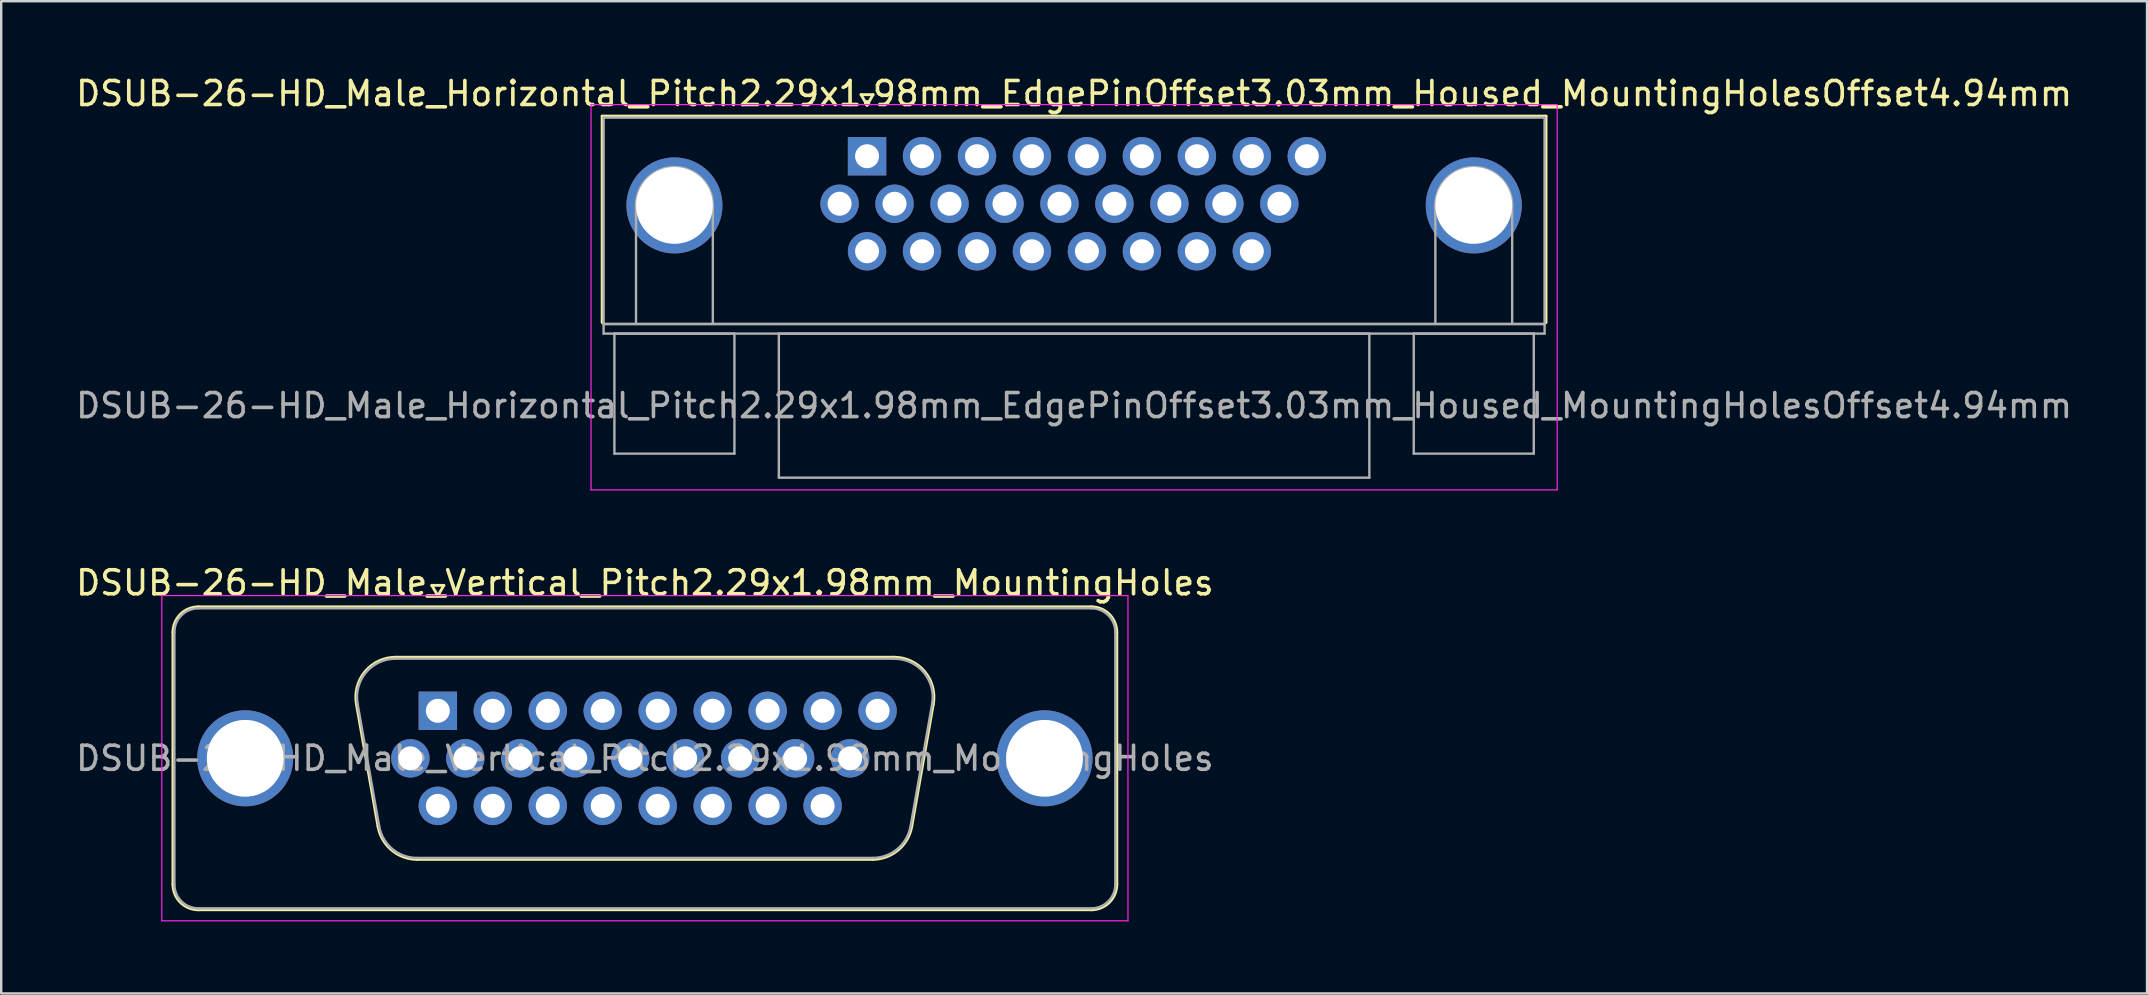
<source format=kicad_pcb>
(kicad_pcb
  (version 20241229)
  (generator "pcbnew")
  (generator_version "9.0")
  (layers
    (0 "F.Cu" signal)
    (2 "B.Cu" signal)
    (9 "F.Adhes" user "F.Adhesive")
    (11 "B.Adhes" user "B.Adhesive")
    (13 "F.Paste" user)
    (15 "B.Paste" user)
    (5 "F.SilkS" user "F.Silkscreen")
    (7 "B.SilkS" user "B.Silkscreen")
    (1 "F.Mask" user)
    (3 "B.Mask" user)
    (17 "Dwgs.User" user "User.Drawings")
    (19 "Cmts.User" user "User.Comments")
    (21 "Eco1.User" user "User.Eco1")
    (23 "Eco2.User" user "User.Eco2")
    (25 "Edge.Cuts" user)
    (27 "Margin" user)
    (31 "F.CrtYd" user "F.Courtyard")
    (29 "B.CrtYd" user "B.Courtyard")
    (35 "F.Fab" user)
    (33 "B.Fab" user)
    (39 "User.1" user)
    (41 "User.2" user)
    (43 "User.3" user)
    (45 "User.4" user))
  (footprint "DSUB-26-HD_Male_Vertical_Pitch2.29x1.98mm_MountingHoles"
    (layer "F.Cu")
    (at 15.19 26.561)
    (property "Reference" "DSUB-26-HD_Male_Vertical_Pitch2.29x1.98mm_MountingHoles" (at 8.625 -5.33 0) (layer "F.SilkS") (effects (font (size 1 1) (thickness 0.15))))
    (attr through_hole)
    (fp_line (start -11.035 7.23) (end -11.035 -3.27) (stroke (width 0.12) (type solid)) (layer "F.SilkS"))
    (fp_line (start -9.975 -4.33) (end 27.225 -4.33) (stroke (width 0.12) (type solid)) (layer "F.SilkS"))
    (fp_line (start -3.391 -0.282) (end -2.492 4.818) (stroke (width 0.12) (type solid)) (layer "F.SilkS"))
    (fp_line (start -1.757 -2.23) (end 19.007 -2.23) (stroke (width 0.12) (type solid)) (layer "F.SilkS"))
    (fp_line (start -0.857 6.19) (end 18.107 6.19) (stroke (width 0.12) (type solid)) (layer "F.SilkS"))
    (fp_line (start -0.25 -5.224) (end 0.25 -5.224) (stroke (width 0.12) (type solid)) (layer "F.SilkS"))
    (fp_line (start 0 -4.791) (end -0.25 -5.224) (stroke (width 0.12) (type solid)) (layer "F.SilkS"))
    (fp_line (start 0.25 -5.224) (end 0 -4.791) (stroke (width 0.12) (type solid)) (layer "F.SilkS"))
    (fp_line (start 20.641 -0.282) (end 19.742 4.818) (stroke (width 0.12) (type solid)) (layer "F.SilkS"))
    (fp_line (start 27.225 8.29) (end -9.975 8.29) (stroke (width 0.12) (type solid)) (layer "F.SilkS"))
    (fp_line (start 28.285 -3.27) (end 28.285 7.23) (stroke (width 0.12) (type solid)) (layer "F.SilkS"))
    (fp_arc (start -11.035 -3.27) (mid -10.724533 -4.019533) (end -9.975 -4.33) (stroke (width 0.12) (type solid)) (layer "F.SilkS"))
    (fp_arc (start -9.975 8.29) (mid -10.724533 7.979533) (end -11.035 7.23) (stroke (width 0.12) (type solid)) (layer "F.SilkS"))
    (fp_arc (start -3.39147 -0.281744) (mid -3.028323 -1.637028) (end -1.756689 -2.23) (stroke (width 0.12) (type solid)) (layer "F.SilkS"))
    (fp_arc (start -0.857421 6.19) (mid -1.924448 5.801634) (end -2.492202 4.818256) (stroke (width 0.12) (type solid)) (layer "F.SilkS"))
    (fp_arc (start 19.006689 -2.23) (mid 20.278323 -1.637027) (end 20.64147 -0.281744) (stroke (width 0.12) (type solid)) (layer "F.SilkS"))
    (fp_arc (start 19.742202 4.818256) (mid 19.174449 5.801634) (end 18.107421 6.19) (stroke (width 0.12) (type solid)) (layer "F.SilkS"))
    (fp_arc (start 27.225 -4.33) (mid 27.974533 -4.019533) (end 28.285 -3.27) (stroke (width 0.12) (type solid)) (layer "F.SilkS"))
    (fp_arc (start 28.285 7.23) (mid 27.974533 7.979533) (end 27.225 8.29) (stroke (width 0.12) (type solid)) (layer "F.SilkS"))
    (fp_line (start -11.5 -4.8) (end -11.5 8.75) (stroke (width 0.05) (type solid)) (layer "F.CrtYd"))
    (fp_line (start -11.5 8.75) (end 28.75 8.75) (stroke (width 0.05) (type solid)) (layer "F.CrtYd"))
    (fp_line (start 28.75 -4.8) (end -11.5 -4.8) (stroke (width 0.05) (type solid)) (layer "F.CrtYd"))
    (fp_line (start 28.75 8.75) (end 28.75 -4.8) (stroke (width 0.05) (type solid)) (layer "F.CrtYd"))
    (fp_line (start -10.975 7.23) (end -10.975 -3.27) (stroke (width 0.1) (type solid)) (layer "F.Fab"))
    (fp_line (start -9.975 -4.27) (end 27.225 -4.27) (stroke (width 0.1) (type solid)) (layer "F.Fab"))
    (fp_line (start -3.344 -0.292) (end -2.445 4.808) (stroke (width 0.1) (type solid)) (layer "F.Fab"))
    (fp_line (start -1.768 -2.17) (end 19.018 -2.17) (stroke (width 0.1) (type solid)) (layer "F.Fab"))
    (fp_line (start -0.869 6.13) (end 18.119 6.13) (stroke (width 0.1) (type solid)) (layer "F.Fab"))
    (fp_line (start 20.594 -0.292) (end 19.695 4.808) (stroke (width 0.1) (type solid)) (layer "F.Fab"))
    (fp_line (start 27.225 8.23) (end -9.975 8.23) (stroke (width 0.1) (type solid)) (layer "F.Fab"))
    (fp_line (start 28.225 -3.27) (end 28.225 7.23) (stroke (width 0.1) (type solid)) (layer "F.Fab"))
    (fp_arc (start -10.975 -3.27) (mid -10.682107 -3.977107) (end -9.975 -4.27) (stroke (width 0.1) (type solid)) (layer "F.Fab"))
    (fp_arc (start -9.975 8.23) (mid -10.682107 7.937107) (end -10.975 7.23) (stroke (width 0.1) (type solid)) (layer "F.Fab"))
    (fp_arc (start -3.343886 -0.292163) (mid -2.993865 -1.59846) (end -1.768194 -2.17) (stroke (width 0.1) (type solid)) (layer "F.Fab"))
    (fp_arc (start -0.868927 6.13) (mid -1.897387 5.755671) (end -2.444619 4.807837) (stroke (width 0.1) (type solid)) (layer "F.Fab"))
    (fp_arc (start 19.018194 -2.17) (mid 20.243865 -1.59846) (end 20.593886 -0.292163) (stroke (width 0.1) (type solid)) (layer "F.Fab"))
    (fp_arc (start 19.694619 4.807837) (mid 19.147387 5.755671) (end 18.118927 6.13) (stroke (width 0.1) (type solid)) (layer "F.Fab"))
    (fp_arc (start 27.225 -4.27) (mid 27.932107 -3.977107) (end 28.225 -3.27) (stroke (width 0.1) (type solid)) (layer "F.Fab"))
    (fp_arc (start 28.225 7.23) (mid 27.932107 7.937107) (end 27.225 8.23) (stroke (width 0.1) (type solid)) (layer "F.Fab"))
    (fp_text user "${REFERENCE}" (at 8.625 1.98 0) (layer "F.Fab") (effects (font (size 1 1) (thickness 0.15))))
    (pad "0" thru_hole circle (at -8.025 1.98) (size 4 4) (drill 3.2) (layers "*.Cu" "*.Mask"))
    (pad "0" thru_hole circle (at 25.275 1.98) (size 4 4) (drill 3.2) (layers "*.Cu" "*.Mask"))
    (pad "1" thru_hole rect (at 0 0) (size 1.6 1.6) (drill 1) (layers "*.Cu" "*.Mask"))
    (pad "2" thru_hole circle (at 2.29 0) (size 1.6 1.6) (drill 1) (layers "*.Cu" "*.Mask"))
    (pad "3" thru_hole circle (at 4.58 0) (size 1.6 1.6) (drill 1) (layers "*.Cu" "*.Mask"))
    (pad "4" thru_hole circle (at 6.87 0) (size 1.6 1.6) (drill 1) (layers "*.Cu" "*.Mask"))
    (pad "5" thru_hole circle (at 9.16 0) (size 1.6 1.6) (drill 1) (layers "*.Cu" "*.Mask"))
    (pad "6" thru_hole circle (at 11.45 0) (size 1.6 1.6) (drill 1) (layers "*.Cu" "*.Mask"))
    (pad "7" thru_hole circle (at 13.74 0) (size 1.6 1.6) (drill 1) (layers "*.Cu" "*.Mask"))
    (pad "8" thru_hole circle (at 16.03 0) (size 1.6 1.6) (drill 1) (layers "*.Cu" "*.Mask"))
    (pad "9" thru_hole circle (at 18.32 0) (size 1.6 1.6) (drill 1) (layers "*.Cu" "*.Mask"))
    (pad "10" thru_hole circle (at -1.145 1.98) (size 1.6 1.6) (drill 1) (layers "*.Cu" "*.Mask"))
    (pad "11" thru_hole circle (at 1.145 1.98) (size 1.6 1.6) (drill 1) (layers "*.Cu" "*.Mask"))
    (pad "12" thru_hole circle (at 3.435 1.98) (size 1.6 1.6) (drill 1) (layers "*.Cu" "*.Mask"))
    (pad "13" thru_hole circle (at 5.725 1.98) (size 1.6 1.6) (drill 1) (layers "*.Cu" "*.Mask"))
    (pad "14" thru_hole circle (at 8.015 1.98) (size 1.6 1.6) (drill 1) (layers "*.Cu" "*.Mask"))
    (pad "15" thru_hole circle (at 10.305 1.98) (size 1.6 1.6) (drill 1) (layers "*.Cu" "*.Mask"))
    (pad "16" thru_hole circle (at 12.595 1.98) (size 1.6 1.6) (drill 1) (layers "*.Cu" "*.Mask"))
    (pad "17" thru_hole circle (at 14.885 1.98) (size 1.6 1.6) (drill 1) (layers "*.Cu" "*.Mask"))
    (pad "18" thru_hole circle (at 17.175 1.98) (size 1.6 1.6) (drill 1) (layers "*.Cu" "*.Mask"))
    (pad "19" thru_hole circle (at 0 3.96) (size 1.6 1.6) (drill 1) (layers "*.Cu" "*.Mask"))
    (pad "20" thru_hole circle (at 2.29 3.96) (size 1.6 1.6) (drill 1) (layers "*.Cu" "*.Mask"))
    (pad "21" thru_hole circle (at 4.58 3.96) (size 1.6 1.6) (drill 1) (layers "*.Cu" "*.Mask"))
    (pad "22" thru_hole circle (at 6.87 3.96) (size 1.6 1.6) (drill 1) (layers "*.Cu" "*.Mask"))
    (pad "23" thru_hole circle (at 9.16 3.96) (size 1.6 1.6) (drill 1) (layers "*.Cu" "*.Mask"))
    (pad "24" thru_hole circle (at 11.45 3.96) (size 1.6 1.6) (drill 1) (layers "*.Cu" "*.Mask"))
    (pad "25" thru_hole circle (at 13.74 3.96) (size 1.6 1.6) (drill 1) (layers "*.Cu" "*.Mask"))
    (pad "26" thru_hole circle (at 16.03 3.96) (size 1.6 1.6) (drill 1) (layers "*.Cu" "*.Mask")))
  (footprint "DSUB-26-HD_Male_Horizontal_Pitch2.29x1.98mm_EdgePinOffset3.03mm_Housed_MountingHolesOffset4.94mm"
    (layer "F.Cu")
    (at 33.071 3.458)
    (property "Reference" "DSUB-26-HD_Male_Horizontal_Pitch2.29x1.98mm_EdgePinOffset3.03mm_Housed_MountingHolesOffset4.94mm" (at 8.625 -2.61 0) (layer "F.SilkS") (effects (font (size 1 1) (thickness 0.15))))
    (attr through_hole)
    (fp_line (start -11.035 -1.67) (end 28.285 -1.67) (stroke (width 0.12) (type solid)) (layer "F.SilkS"))
    (fp_line (start -11.035 6.93) (end -11.035 -1.67) (stroke (width 0.12) (type solid)) (layer "F.SilkS"))
    (fp_line (start -0.25 -2.564) (end 0.25 -2.564) (stroke (width 0.12) (type solid)) (layer "F.SilkS"))
    (fp_line (start 0 -2.131) (end -0.25 -2.564) (stroke (width 0.12) (type solid)) (layer "F.SilkS"))
    (fp_line (start 0.25 -2.564) (end 0 -2.131) (stroke (width 0.12) (type solid)) (layer "F.SilkS"))
    (fp_line (start 28.285 -1.67) (end 28.285 6.93) (stroke (width 0.12) (type solid)) (layer "F.SilkS"))
    (fp_line (start -11.5 -2.15) (end -11.5 13.9) (stroke (width 0.05) (type solid)) (layer "F.CrtYd"))
    (fp_line (start -11.5 13.9) (end 28.75 13.9) (stroke (width 0.05) (type solid)) (layer "F.CrtYd"))
    (fp_line (start 28.75 -2.15) (end -11.5 -2.15) (stroke (width 0.05) (type solid)) (layer "F.CrtYd"))
    (fp_line (start 28.75 13.9) (end 28.75 -2.15) (stroke (width 0.05) (type solid)) (layer "F.CrtYd"))
    (fp_line (start -10.975 -1.61) (end -10.975 6.99) (stroke (width 0.1) (type solid)) (layer "F.Fab"))
    (fp_line (start -10.975 6.99) (end -10.975 7.39) (stroke (width 0.1) (type solid)) (layer "F.Fab"))
    (fp_line (start -10.975 6.99) (end 28.225 6.99) (stroke (width 0.1) (type solid)) (layer "F.Fab"))
    (fp_line (start -10.975 7.39) (end 28.225 7.39) (stroke (width 0.1) (type solid)) (layer "F.Fab"))
    (fp_line (start -10.525 7.39) (end -10.525 12.39) (stroke (width 0.1) (type solid)) (layer "F.Fab"))
    (fp_line (start -10.525 12.39) (end -5.525 12.39) (stroke (width 0.1) (type solid)) (layer "F.Fab"))
    (fp_line (start -9.625 6.99) (end -9.625 2.05) (stroke (width 0.1) (type solid)) (layer "F.Fab"))
    (fp_line (start -6.425 6.99) (end -6.425 2.05) (stroke (width 0.1) (type solid)) (layer "F.Fab"))
    (fp_line (start -5.525 7.39) (end -10.525 7.39) (stroke (width 0.1) (type solid)) (layer "F.Fab"))
    (fp_line (start -5.525 12.39) (end -5.525 7.39) (stroke (width 0.1) (type solid)) (layer "F.Fab"))
    (fp_line (start -3.675 7.39) (end -3.675 13.39) (stroke (width 0.1) (type solid)) (layer "F.Fab"))
    (fp_line (start -3.675 13.39) (end 20.925 13.39) (stroke (width 0.1) (type solid)) (layer "F.Fab"))
    (fp_line (start 20.925 7.39) (end -3.675 7.39) (stroke (width 0.1) (type solid)) (layer "F.Fab"))
    (fp_line (start 20.925 13.39) (end 20.925 7.39) (stroke (width 0.1) (type solid)) (layer "F.Fab"))
    (fp_line (start 22.775 7.39) (end 22.775 12.39) (stroke (width 0.1) (type solid)) (layer "F.Fab"))
    (fp_line (start 22.775 12.39) (end 27.775 12.39) (stroke (width 0.1) (type solid)) (layer "F.Fab"))
    (fp_line (start 23.675 6.99) (end 23.675 2.05) (stroke (width 0.1) (type solid)) (layer "F.Fab"))
    (fp_line (start 26.875 6.99) (end 26.875 2.05) (stroke (width 0.1) (type solid)) (layer "F.Fab"))
    (fp_line (start 27.775 7.39) (end 22.775 7.39) (stroke (width 0.1) (type solid)) (layer "F.Fab"))
    (fp_line (start 27.775 12.39) (end 27.775 7.39) (stroke (width 0.1) (type solid)) (layer "F.Fab"))
    (fp_line (start 28.225 -1.61) (end -10.975 -1.61) (stroke (width 0.1) (type solid)) (layer "F.Fab"))
    (fp_line (start 28.225 6.99) (end -10.975 6.99) (stroke (width 0.1) (type solid)) (layer "F.Fab"))
    (fp_line (start 28.225 6.99) (end 28.225 -1.61) (stroke (width 0.1) (type solid)) (layer "F.Fab"))
    (fp_line (start 28.225 7.39) (end 28.225 6.99) (stroke (width 0.1) (type solid)) (layer "F.Fab"))
    (fp_arc (start -9.625 2.05) (mid -8.025 0.45) (end -6.425 2.05) (stroke (width 0.1) (type solid)) (layer "F.Fab"))
    (fp_arc (start 23.675 2.05) (mid 25.275 0.45) (end 26.875 2.05) (stroke (width 0.1) (type solid)) (layer "F.Fab"))
    (fp_text user "${REFERENCE}" (at 8.625 10.39 0) (layer "F.Fab") (effects (font (size 1 1) (thickness 0.15))))
    (pad "0" thru_hole circle (at -8.025 2.05) (size 4 4) (drill 3.2) (layers "*.Cu" "*.Mask"))
    (pad "0" thru_hole circle (at 25.275 2.05) (size 4 4) (drill 3.2) (layers "*.Cu" "*.Mask"))
    (pad "1" thru_hole rect (at 0 0) (size 1.6 1.6) (drill 1) (layers "*.Cu" "*.Mask"))
    (pad "2" thru_hole circle (at 2.29 0) (size 1.6 1.6) (drill 1) (layers "*.Cu" "*.Mask"))
    (pad "3" thru_hole circle (at 4.58 0) (size 1.6 1.6) (drill 1) (layers "*.Cu" "*.Mask"))
    (pad "4" thru_hole circle (at 6.87 0) (size 1.6 1.6) (drill 1) (layers "*.Cu" "*.Mask"))
    (pad "5" thru_hole circle (at 9.16 0) (size 1.6 1.6) (drill 1) (layers "*.Cu" "*.Mask"))
    (pad "6" thru_hole circle (at 11.45 0) (size 1.6 1.6) (drill 1) (layers "*.Cu" "*.Mask"))
    (pad "7" thru_hole circle (at 13.74 0) (size 1.6 1.6) (drill 1) (layers "*.Cu" "*.Mask"))
    (pad "8" thru_hole circle (at 16.03 0) (size 1.6 1.6) (drill 1) (layers "*.Cu" "*.Mask"))
    (pad "9" thru_hole circle (at 18.32 0) (size 1.6 1.6) (drill 1) (layers "*.Cu" "*.Mask"))
    (pad "10" thru_hole circle (at -1.145 1.98) (size 1.6 1.6) (drill 1) (layers "*.Cu" "*.Mask"))
    (pad "11" thru_hole circle (at 1.145 1.98) (size 1.6 1.6) (drill 1) (layers "*.Cu" "*.Mask"))
    (pad "12" thru_hole circle (at 3.435 1.98) (size 1.6 1.6) (drill 1) (layers "*.Cu" "*.Mask"))
    (pad "13" thru_hole circle (at 5.725 1.98) (size 1.6 1.6) (drill 1) (layers "*.Cu" "*.Mask"))
    (pad "14" thru_hole circle (at 8.015 1.98) (size 1.6 1.6) (drill 1) (layers "*.Cu" "*.Mask"))
    (pad "15" thru_hole circle (at 10.305 1.98) (size 1.6 1.6) (drill 1) (layers "*.Cu" "*.Mask"))
    (pad "16" thru_hole circle (at 12.595 1.98) (size 1.6 1.6) (drill 1) (layers "*.Cu" "*.Mask"))
    (pad "17" thru_hole circle (at 14.885 1.98) (size 1.6 1.6) (drill 1) (layers "*.Cu" "*.Mask"))
    (pad "18" thru_hole circle (at 17.175 1.98) (size 1.6 1.6) (drill 1) (layers "*.Cu" "*.Mask"))
    (pad "19" thru_hole circle (at 0 3.96) (size 1.6 1.6) (drill 1) (layers "*.Cu" "*.Mask"))
    (pad "20" thru_hole circle (at 2.29 3.96) (size 1.6 1.6) (drill 1) (layers "*.Cu" "*.Mask"))
    (pad "21" thru_hole circle (at 4.58 3.96) (size 1.6 1.6) (drill 1) (layers "*.Cu" "*.Mask"))
    (pad "22" thru_hole circle (at 6.87 3.96) (size 1.6 1.6) (drill 1) (layers "*.Cu" "*.Mask"))
    (pad "23" thru_hole circle (at 9.16 3.96) (size 1.6 1.6) (drill 1) (layers "*.Cu" "*.Mask"))
    (pad "24" thru_hole circle (at 11.45 3.96) (size 1.6 1.6) (drill 1) (layers "*.Cu" "*.Mask"))
    (pad "25" thru_hole circle (at 13.74 3.96) (size 1.6 1.6) (drill 1) (layers "*.Cu" "*.Mask"))
    (pad "26" thru_hole circle (at 16.03 3.96) (size 1.6 1.6) (drill 1) (layers "*.Cu" "*.Mask")))
  (gr_rect
    (start -3 -3)
    (end 86.393 38.337)
    (stroke (width 0.1) (type default))
    (fill no)
    (layer "Edge.Cuts")))
</source>
